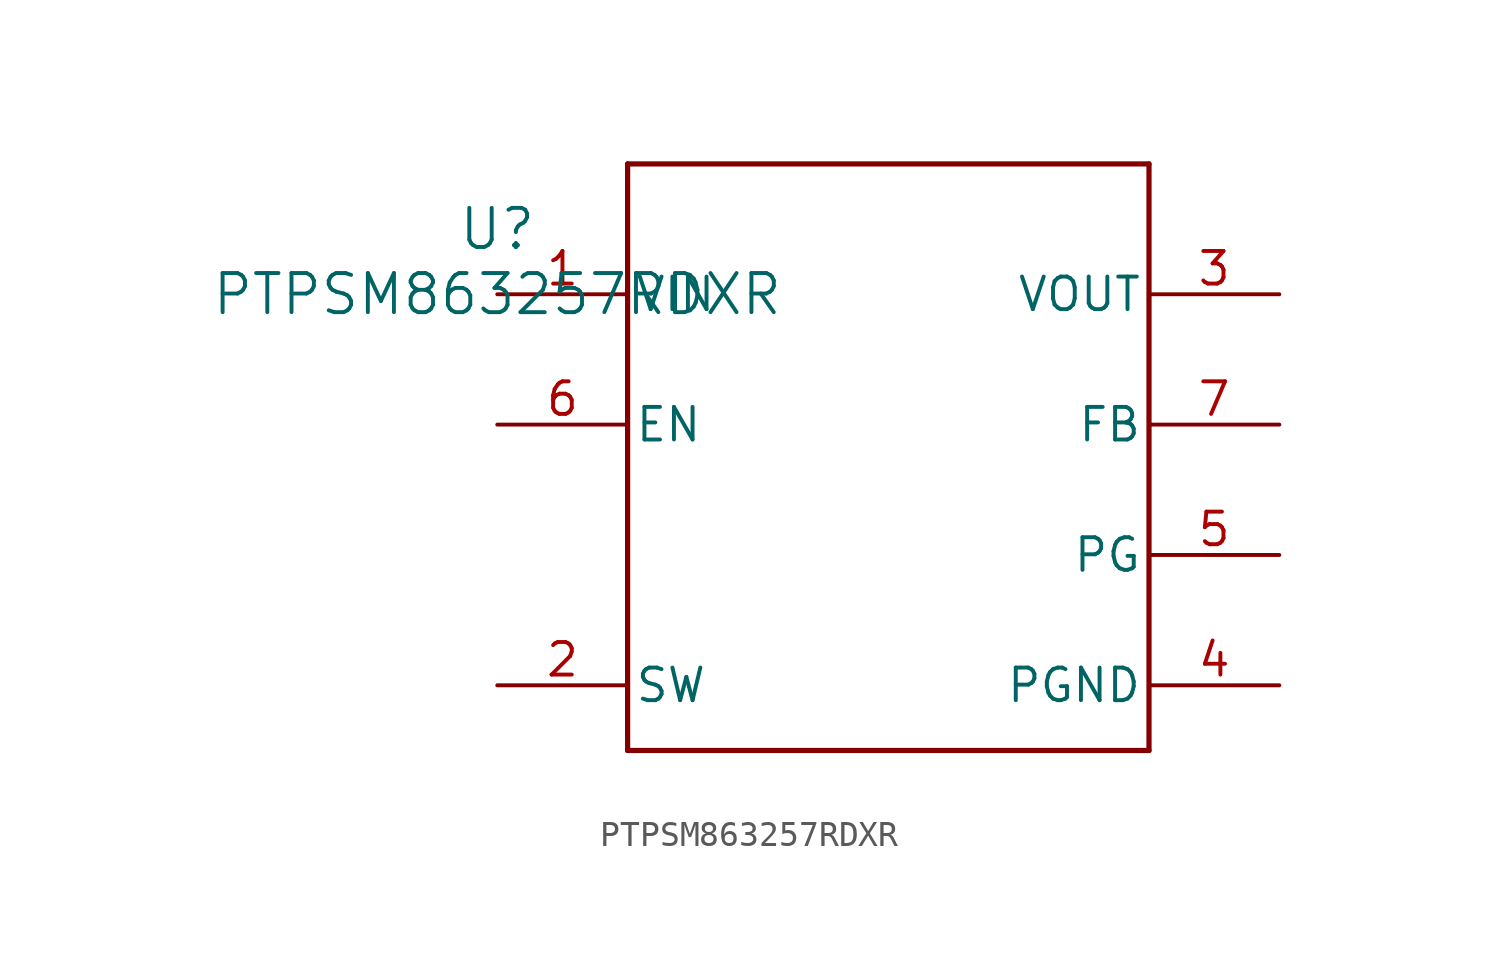
<source format=kicad_sym>
(kicad_symbol_lib
  (version 20211014)
  (generator kicad_symbol_editor)
  (symbol "PTPSM863257RDXR"
    (pin_names
      (offset 0.254))
    (property "Reference" "U"
      (at 0 2.54 0)
      (effects (font (size 1.524 1.524))))
    (property "Value" "PTPSM863257RDXR"
      (at 0 0 0)
      (effects (font (size 1.524 1.524))))
    (symbol "PTPSM863257RDXR_0_1"
      (polyline (pts (xy 5.08 -17.78) (xy 25.4 -17.78)) (stroke (width 0.203) (type default) (color 0 0 0 0)) (fill (type none)))
      (polyline (pts (xy 25.4 -17.78) (xy 25.4 5.08)) (stroke (width 0.203) (type default) (color 0 0 0 0)) (fill (type none)))
      (polyline (pts (xy 25.4 5.08) (xy 5.08 5.08)) (stroke (width 0.203) (type default) (color 0 0 0 0)) (fill (type none)))
      (polyline (pts (xy 5.08 5.08) (xy 5.08 -17.78)) (stroke (width 0.203) (type default) (color 0 0 0 0)) (fill (type none)))
      (pin power_in line (at 0 0 0) (length 5.08) (name "VIN" (effects (font (size 1.27 1.27)))) (number "1" (effects (font (size 1.27 1.27)))))
      (pin unspecified line (at 0 -15.24 0) (length 5.08) (name "SW" (effects (font (size 1.27 1.27)))) (number "2" (effects (font (size 1.27 1.27)))))
      (pin power_in line (at 30.48 0 180) (length 5.08) (name "VOUT" (effects (font (size 1.27 1.27)))) (number "3" (effects (font (size 1.27 1.27)))))
      (pin power_in line (at 30.48 -15.24 180) (length 5.08) (name "PGND" (effects (font (size 1.27 1.27)))) (number "4" (effects (font (size 1.27 1.27)))))
      (pin open_collector line (at 30.48 -10.16 180) (length 5.08) (name "PG" (effects (font (size 1.27 1.27)))) (number "5" (effects (font (size 1.27 1.27)))))
      (pin input line (at 0 -5.08 0) (length 5.08) (name "EN" (effects (font (size 1.27 1.27)))) (number "6" (effects (font (size 1.27 1.27)))))
      (pin unspecified line (at 30.48 -5.08 180) (length 5.08) (name "FB" (effects (font (size 1.27 1.27)))) (number "7" (effects (font (size 1.27 1.27))))))))
</source>
